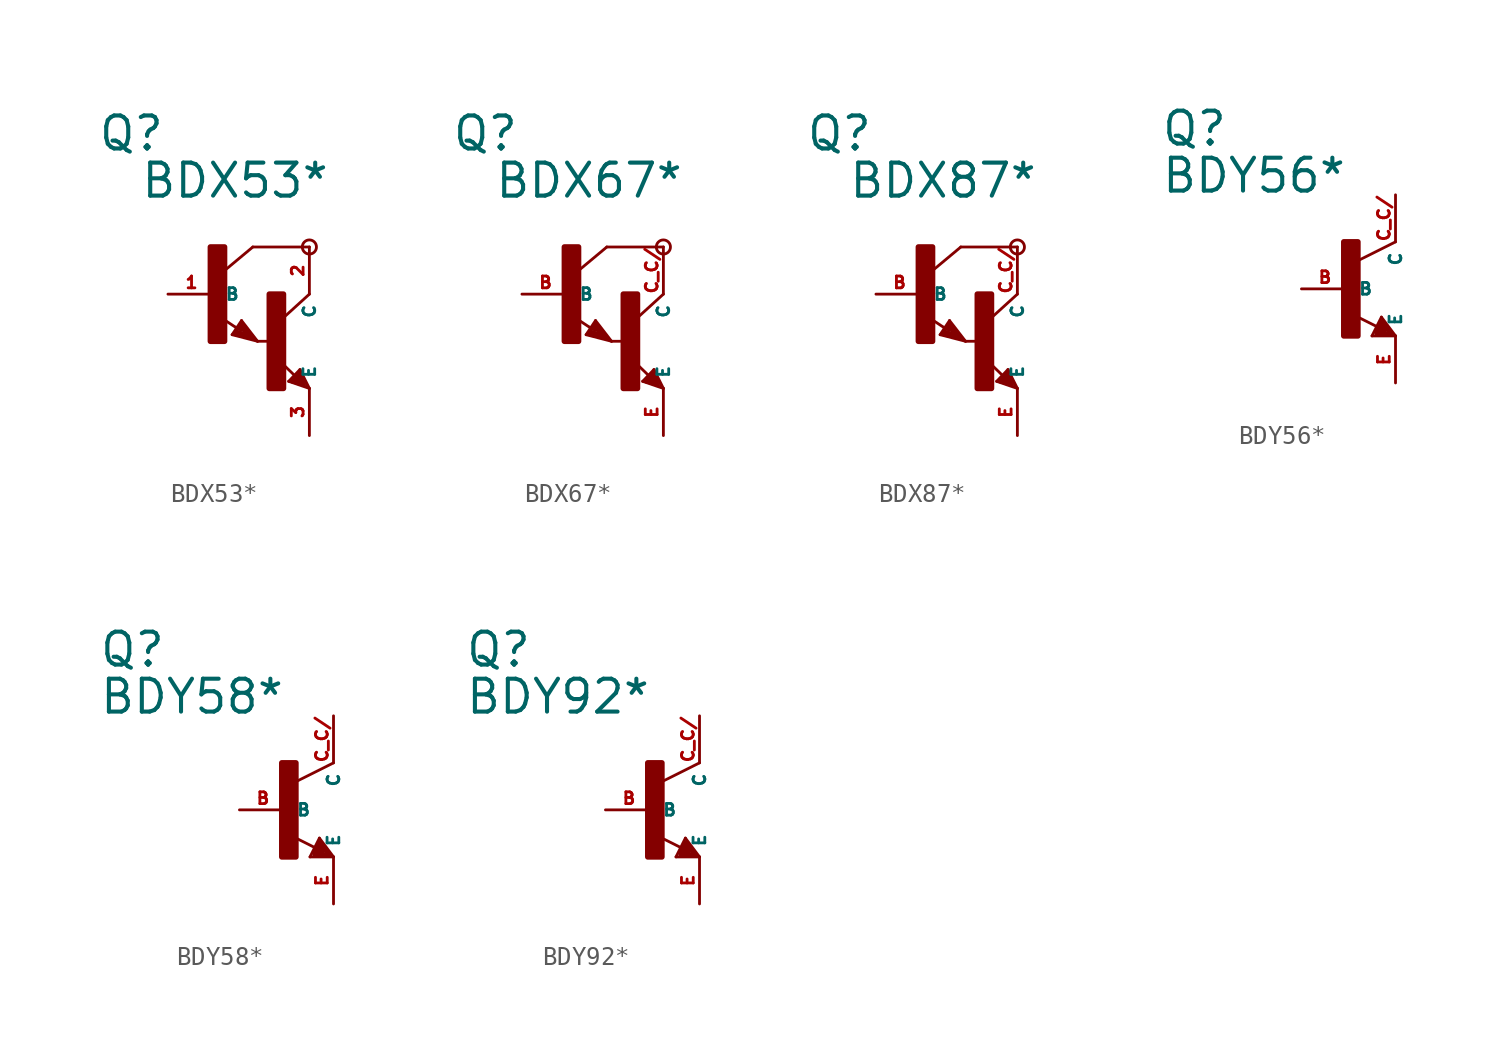
<source format=kicad_sym>
(kicad_symbol_lib
  (version 20220914)
  (generator Eagle2Kicad)
  (symbol "BDX53*"
    (property "Reference" "Q"
      (at -6.35 7.62 0)
      (effects (font (size 1.778 1.778) (thickness 0.22)) (justify left bottom)))
    (property "Value" "BDX53*"
      (at -4.064 5.08 0)
      (effects (font (size 1.778 1.778) (thickness 0.22)) (justify left bottom)))
    (polyline
      (pts (xy 5.08 2.54) (xy 2.032 2.54))
      (stroke (width 0.152) (type default))
      (fill (type none)))
    (polyline
      (pts (xy 1.424 -1.424) (xy 2.286 -2.54))
      (stroke (width 0.152) (type default))
      (fill (type none)))
    (polyline
      (pts (xy 2.921 -2.54) (xy 2.286 -2.54))
      (stroke (width 0.152) (type default))
      (fill (type none)))
    (polyline
      (pts (xy 0.916 -2.186) (xy 1.424 -1.424))
      (stroke (width 0.152) (type default))
      (fill (type none)))
    (polyline
      (pts (xy 2.286 -2.54) (xy 0.916 -2.186))
      (stroke (width 0.152) (type default))
      (fill (type none)))
    (polyline
      (pts (xy 2.032 2.54) (xy 0.508 1.27))
      (stroke (width 0.152) (type default))
      (fill (type none)))
    (polyline
      (pts (xy 5.08 0) (xy 3.683 -1.27))
      (stroke (width 0.152) (type default))
      (fill (type none)))
    (polyline
      (pts (xy 5.08 -5.08) (xy 3.964 -4.699))
      (stroke (width 0.152) (type default))
      (fill (type none)))
    (polyline
      (pts (xy 4.572 -4.064) (xy 5.08 -5.08))
      (stroke (width 0.152) (type default))
      (fill (type none)))
    (polyline
      (pts (xy 3.964 -4.699) (xy 4.572 -4.064))
      (stroke (width 0.152) (type default))
      (fill (type none)))
    (polyline
      (pts (xy 1.186 -1.84) (xy 0.208 -1.197))
      (stroke (width 0.152) (type default))
      (fill (type none)))
    (polyline
      (pts (xy 4.28 -4.38) (xy 3.483 -3.61))
      (stroke (width 0.152) (type default))
      (fill (type none)))
    (polyline
      (pts (xy 2.159 -2.413) (xy 1.397 -1.524))
      (stroke (width 0.127) (type default))
      (fill (type none)))
    (polyline
      (pts (xy 1.397 -1.524) (xy 1.016 -2.159))
      (stroke (width 0.127) (type default))
      (fill (type none)))
    (polyline
      (pts (xy 1.016 -2.159) (xy 2.032 -2.413))
      (stroke (width 0.127) (type default))
      (fill (type none)))
    (polyline
      (pts (xy 2.032 -2.413) (xy 1.397 -1.651))
      (stroke (width 0.127) (type default))
      (fill (type none)))
    (polyline
      (pts (xy 1.397 -1.651) (xy 1.143 -2.032))
      (stroke (width 0.127) (type default))
      (fill (type none)))
    (polyline
      (pts (xy 1.143 -2.032) (xy 1.905 -2.286))
      (stroke (width 0.254) (type default))
      (fill (type none)))
    (polyline
      (pts (xy 1.905 -2.286) (xy 1.397 -1.778))
      (stroke (width 0.254) (type default))
      (fill (type none)))
    (polyline
      (pts (xy 1.397 -1.778) (xy 1.397 -1.905))
      (stroke (width 0.254) (type default))
      (fill (type none)))
    (polyline
      (pts (xy 4.953 -4.953) (xy 4.572 -4.191))
      (stroke (width 0.127) (type default))
      (fill (type none)))
    (polyline
      (pts (xy 4.572 -4.191) (xy 4.064 -4.699))
      (stroke (width 0.127) (type default))
      (fill (type none)))
    (polyline
      (pts (xy 4.064 -4.699) (xy 4.826 -4.953))
      (stroke (width 0.127) (type default))
      (fill (type none)))
    (polyline
      (pts (xy 4.826 -4.953) (xy 4.572 -4.318))
      (stroke (width 0.127) (type default))
      (fill (type none)))
    (polyline
      (pts (xy 4.572 -4.318) (xy 4.191 -4.699))
      (stroke (width 0.254) (type default))
      (fill (type none)))
    (polyline
      (pts (xy 4.191 -4.699) (xy 4.699 -4.826))
      (stroke (width 0.254) (type default))
      (fill (type none)))
    (polyline
      (pts (xy 4.699 -4.826) (xy 4.572 -4.572))
      (stroke (width 0.254) (type default))
      (fill (type none)))
    (polyline
      (pts (xy 4.572 -4.572) (xy 4.445 -4.572))
      (stroke (width 0.254) (type default))
      (fill (type none)))
    (circle
      (center 5.08 2.54)
      (radius 0.381)
      (stroke (width 0) (type default))
      (fill (type none)))
    (rectangle
      (start -0.254 -2.54)
      (end 0.508 2.54)
      (stroke (width 0.3) (type default))
      (fill (type outline)))
    (rectangle
      (start 2.921 -5.08)
      (end 3.683 0)
      (stroke (width 0.3) (type default))
      (fill (type outline)))
    (pin passive line
      (at -2.54 0 0)
      (length 2.54)
      (name "B" (effects (font (size 0.635 0.635) (thickness 0.08)) (justify left bottom)))
      (number "1" (effects (font (size 0.635 0.635) (thickness 0.08)) (justify left bottom))))
    (pin passive line
      (at 5.08 -7.62 90)
      (length 2.54)
      (name "E" (effects (font (size 0.635 0.635) (thickness 0.08)) (justify left bottom)))
      (number "3" (effects (font (size 0.635 0.635) (thickness 0.08)) (justify left bottom))))
    (pin passive line
      (at 5.08 2.54 270)
      (length 2.54)
      (name "C" (effects (font (size 0.635 0.635) (thickness 0.08)) (justify left bottom)))
      (number "2" (effects (font (size 0.635 0.635) (thickness 0.08)) (justify left bottom)))))
  (symbol "BDX67*"
    (property "Reference" "Q"
      (at -6.35 7.62 0)
      (effects (font (size 1.778 1.778) (thickness 0.22)) (justify left bottom)))
    (property "Value" "BDX67*"
      (at -4.064 5.08 0)
      (effects (font (size 1.778 1.778) (thickness 0.22)) (justify left bottom)))
    (polyline
      (pts (xy 5.08 2.54) (xy 2.032 2.54))
      (stroke (width 0.152) (type default))
      (fill (type none)))
    (polyline
      (pts (xy 1.424 -1.424) (xy 2.286 -2.54))
      (stroke (width 0.152) (type default))
      (fill (type none)))
    (polyline
      (pts (xy 2.921 -2.54) (xy 2.286 -2.54))
      (stroke (width 0.152) (type default))
      (fill (type none)))
    (polyline
      (pts (xy 0.916 -2.186) (xy 1.424 -1.424))
      (stroke (width 0.152) (type default))
      (fill (type none)))
    (polyline
      (pts (xy 2.286 -2.54) (xy 0.916 -2.186))
      (stroke (width 0.152) (type default))
      (fill (type none)))
    (polyline
      (pts (xy 2.032 2.54) (xy 0.508 1.27))
      (stroke (width 0.152) (type default))
      (fill (type none)))
    (polyline
      (pts (xy 5.08 0) (xy 3.683 -1.27))
      (stroke (width 0.152) (type default))
      (fill (type none)))
    (polyline
      (pts (xy 5.08 -5.08) (xy 3.964 -4.699))
      (stroke (width 0.152) (type default))
      (fill (type none)))
    (polyline
      (pts (xy 4.572 -4.064) (xy 5.08 -5.08))
      (stroke (width 0.152) (type default))
      (fill (type none)))
    (polyline
      (pts (xy 3.964 -4.699) (xy 4.572 -4.064))
      (stroke (width 0.152) (type default))
      (fill (type none)))
    (polyline
      (pts (xy 1.186 -1.84) (xy 0.208 -1.197))
      (stroke (width 0.152) (type default))
      (fill (type none)))
    (polyline
      (pts (xy 4.28 -4.38) (xy 3.483 -3.61))
      (stroke (width 0.152) (type default))
      (fill (type none)))
    (polyline
      (pts (xy 2.159 -2.413) (xy 1.397 -1.524))
      (stroke (width 0.127) (type default))
      (fill (type none)))
    (polyline
      (pts (xy 1.397 -1.524) (xy 1.016 -2.159))
      (stroke (width 0.127) (type default))
      (fill (type none)))
    (polyline
      (pts (xy 1.016 -2.159) (xy 2.032 -2.413))
      (stroke (width 0.127) (type default))
      (fill (type none)))
    (polyline
      (pts (xy 2.032 -2.413) (xy 1.397 -1.651))
      (stroke (width 0.127) (type default))
      (fill (type none)))
    (polyline
      (pts (xy 1.397 -1.651) (xy 1.143 -2.032))
      (stroke (width 0.127) (type default))
      (fill (type none)))
    (polyline
      (pts (xy 1.143 -2.032) (xy 1.905 -2.286))
      (stroke (width 0.254) (type default))
      (fill (type none)))
    (polyline
      (pts (xy 1.905 -2.286) (xy 1.397 -1.778))
      (stroke (width 0.254) (type default))
      (fill (type none)))
    (polyline
      (pts (xy 1.397 -1.778) (xy 1.397 -1.905))
      (stroke (width 0.254) (type default))
      (fill (type none)))
    (polyline
      (pts (xy 4.953 -4.953) (xy 4.572 -4.191))
      (stroke (width 0.127) (type default))
      (fill (type none)))
    (polyline
      (pts (xy 4.572 -4.191) (xy 4.064 -4.699))
      (stroke (width 0.127) (type default))
      (fill (type none)))
    (polyline
      (pts (xy 4.064 -4.699) (xy 4.826 -4.953))
      (stroke (width 0.127) (type default))
      (fill (type none)))
    (polyline
      (pts (xy 4.826 -4.953) (xy 4.572 -4.318))
      (stroke (width 0.127) (type default))
      (fill (type none)))
    (polyline
      (pts (xy 4.572 -4.318) (xy 4.191 -4.699))
      (stroke (width 0.254) (type default))
      (fill (type none)))
    (polyline
      (pts (xy 4.191 -4.699) (xy 4.699 -4.826))
      (stroke (width 0.254) (type default))
      (fill (type none)))
    (polyline
      (pts (xy 4.699 -4.826) (xy 4.572 -4.572))
      (stroke (width 0.254) (type default))
      (fill (type none)))
    (polyline
      (pts (xy 4.572 -4.572) (xy 4.445 -4.572))
      (stroke (width 0.254) (type default))
      (fill (type none)))
    (circle
      (center 5.08 2.54)
      (radius 0.381)
      (stroke (width 0) (type default))
      (fill (type none)))
    (rectangle
      (start -0.254 -2.54)
      (end 0.508 2.54)
      (stroke (width 0.3) (type default))
      (fill (type outline)))
    (rectangle
      (start 2.921 -5.08)
      (end 3.683 0)
      (stroke (width 0.3) (type default))
      (fill (type outline)))
    (pin passive line
      (at -2.54 0 0)
      (length 2.54)
      (name "B" (effects (font (size 0.635 0.635) (thickness 0.08)) (justify left bottom)))
      (number "B" (effects (font (size 0.635 0.635) (thickness 0.08)) (justify left bottom))))
    (pin passive line
      (at 5.08 -7.62 90)
      (length 2.54)
      (name "E" (effects (font (size 0.635 0.635) (thickness 0.08)) (justify left bottom)))
      (number "E" (effects (font (size 0.635 0.635) (thickness 0.08)) (justify left bottom))))
    (pin passive line
      (at 5.08 2.54 270)
      (length 2.54)
      (name "C" (effects (font (size 0.635 0.635) (thickness 0.08)) (justify left bottom)))
      (number "C C/" (effects (font (size 0.635 0.635) (thickness 0.08)) (justify left bottom)))))
  (symbol "BDX87*"
    (property "Reference" "Q"
      (at -6.35 7.62 0)
      (effects (font (size 1.778 1.778) (thickness 0.22)) (justify left bottom)))
    (property "Value" "BDX87*"
      (at -4.064 5.08 0)
      (effects (font (size 1.778 1.778) (thickness 0.22)) (justify left bottom)))
    (polyline
      (pts (xy 5.08 2.54) (xy 2.032 2.54))
      (stroke (width 0.152) (type default))
      (fill (type none)))
    (polyline
      (pts (xy 1.424 -1.424) (xy 2.286 -2.54))
      (stroke (width 0.152) (type default))
      (fill (type none)))
    (polyline
      (pts (xy 2.921 -2.54) (xy 2.286 -2.54))
      (stroke (width 0.152) (type default))
      (fill (type none)))
    (polyline
      (pts (xy 0.916 -2.186) (xy 1.424 -1.424))
      (stroke (width 0.152) (type default))
      (fill (type none)))
    (polyline
      (pts (xy 2.286 -2.54) (xy 0.916 -2.186))
      (stroke (width 0.152) (type default))
      (fill (type none)))
    (polyline
      (pts (xy 2.032 2.54) (xy 0.508 1.27))
      (stroke (width 0.152) (type default))
      (fill (type none)))
    (polyline
      (pts (xy 5.08 0) (xy 3.683 -1.27))
      (stroke (width 0.152) (type default))
      (fill (type none)))
    (polyline
      (pts (xy 5.08 -5.08) (xy 3.964 -4.699))
      (stroke (width 0.152) (type default))
      (fill (type none)))
    (polyline
      (pts (xy 4.572 -4.064) (xy 5.08 -5.08))
      (stroke (width 0.152) (type default))
      (fill (type none)))
    (polyline
      (pts (xy 3.964 -4.699) (xy 4.572 -4.064))
      (stroke (width 0.152) (type default))
      (fill (type none)))
    (polyline
      (pts (xy 1.186 -1.84) (xy 0.208 -1.197))
      (stroke (width 0.152) (type default))
      (fill (type none)))
    (polyline
      (pts (xy 4.28 -4.38) (xy 3.483 -3.61))
      (stroke (width 0.152) (type default))
      (fill (type none)))
    (polyline
      (pts (xy 2.159 -2.413) (xy 1.397 -1.524))
      (stroke (width 0.127) (type default))
      (fill (type none)))
    (polyline
      (pts (xy 1.397 -1.524) (xy 1.016 -2.159))
      (stroke (width 0.127) (type default))
      (fill (type none)))
    (polyline
      (pts (xy 1.016 -2.159) (xy 2.032 -2.413))
      (stroke (width 0.127) (type default))
      (fill (type none)))
    (polyline
      (pts (xy 2.032 -2.413) (xy 1.397 -1.651))
      (stroke (width 0.127) (type default))
      (fill (type none)))
    (polyline
      (pts (xy 1.397 -1.651) (xy 1.143 -2.032))
      (stroke (width 0.127) (type default))
      (fill (type none)))
    (polyline
      (pts (xy 1.143 -2.032) (xy 1.905 -2.286))
      (stroke (width 0.254) (type default))
      (fill (type none)))
    (polyline
      (pts (xy 1.905 -2.286) (xy 1.397 -1.778))
      (stroke (width 0.254) (type default))
      (fill (type none)))
    (polyline
      (pts (xy 1.397 -1.778) (xy 1.397 -1.905))
      (stroke (width 0.254) (type default))
      (fill (type none)))
    (polyline
      (pts (xy 4.953 -4.953) (xy 4.572 -4.191))
      (stroke (width 0.127) (type default))
      (fill (type none)))
    (polyline
      (pts (xy 4.572 -4.191) (xy 4.064 -4.699))
      (stroke (width 0.127) (type default))
      (fill (type none)))
    (polyline
      (pts (xy 4.064 -4.699) (xy 4.826 -4.953))
      (stroke (width 0.127) (type default))
      (fill (type none)))
    (polyline
      (pts (xy 4.826 -4.953) (xy 4.572 -4.318))
      (stroke (width 0.127) (type default))
      (fill (type none)))
    (polyline
      (pts (xy 4.572 -4.318) (xy 4.191 -4.699))
      (stroke (width 0.254) (type default))
      (fill (type none)))
    (polyline
      (pts (xy 4.191 -4.699) (xy 4.699 -4.826))
      (stroke (width 0.254) (type default))
      (fill (type none)))
    (polyline
      (pts (xy 4.699 -4.826) (xy 4.572 -4.572))
      (stroke (width 0.254) (type default))
      (fill (type none)))
    (polyline
      (pts (xy 4.572 -4.572) (xy 4.445 -4.572))
      (stroke (width 0.254) (type default))
      (fill (type none)))
    (circle
      (center 5.08 2.54)
      (radius 0.381)
      (stroke (width 0) (type default))
      (fill (type none)))
    (rectangle
      (start -0.254 -2.54)
      (end 0.508 2.54)
      (stroke (width 0.3) (type default))
      (fill (type outline)))
    (rectangle
      (start 2.921 -5.08)
      (end 3.683 0)
      (stroke (width 0.3) (type default))
      (fill (type outline)))
    (pin passive line
      (at -2.54 0 0)
      (length 2.54)
      (name "B" (effects (font (size 0.635 0.635) (thickness 0.08)) (justify left bottom)))
      (number "B" (effects (font (size 0.635 0.635) (thickness 0.08)) (justify left bottom))))
    (pin passive line
      (at 5.08 -7.62 90)
      (length 2.54)
      (name "E" (effects (font (size 0.635 0.635) (thickness 0.08)) (justify left bottom)))
      (number "E" (effects (font (size 0.635 0.635) (thickness 0.08)) (justify left bottom))))
    (pin passive line
      (at 5.08 2.54 270)
      (length 2.54)
      (name "C" (effects (font (size 0.635 0.635) (thickness 0.08)) (justify left bottom)))
      (number "C C/" (effects (font (size 0.635 0.635) (thickness 0.08)) (justify left bottom)))))
  (symbol "BDY56*"
    (property "Reference" "Q"
      (at -10.16 7.62 0)
      (effects (font (size 1.778 1.778) (thickness 0.22)) (justify left bottom)))
    (property "Value" "BDY56*"
      (at -10.16 5.08 0)
      (effects (font (size 1.778 1.778) (thickness 0.22)) (justify left bottom)))
    (polyline
      (pts (xy 2.54 2.54) (xy 0.508 1.524))
      (stroke (width 0.152) (type default))
      (fill (type none)))
    (polyline
      (pts (xy 1.778 -1.524) (xy 2.54 -2.54))
      (stroke (width 0.152) (type default))
      (fill (type none)))
    (polyline
      (pts (xy 2.54 -2.54) (xy 1.27 -2.54))
      (stroke (width 0.152) (type default))
      (fill (type none)))
    (polyline
      (pts (xy 1.27 -2.54) (xy 1.778 -1.524))
      (stroke (width 0.152) (type default))
      (fill (type none)))
    (polyline
      (pts (xy 1.54 -2.04) (xy 0.308 -1.424))
      (stroke (width 0.152) (type default))
      (fill (type none)))
    (polyline
      (pts (xy 1.524 -2.413) (xy 2.286 -2.413))
      (stroke (width 0.254) (type default))
      (fill (type none)))
    (polyline
      (pts (xy 2.286 -2.413) (xy 1.778 -1.778))
      (stroke (width 0.254) (type default))
      (fill (type none)))
    (polyline
      (pts (xy 1.778 -1.778) (xy 1.524 -2.286))
      (stroke (width 0.254) (type default))
      (fill (type none)))
    (polyline
      (pts (xy 1.524 -2.286) (xy 1.905 -2.286))
      (stroke (width 0.254) (type default))
      (fill (type none)))
    (polyline
      (pts (xy 1.905 -2.286) (xy 1.778 -2.032))
      (stroke (width 0.254) (type default))
      (fill (type none)))
    (rectangle
      (start -0.254 -2.54)
      (end 0.508 2.54)
      (stroke (width 0.3) (type default))
      (fill (type outline)))
    (pin passive line
      (at -2.54 0 0)
      (length 2.54)
      (name "B" (effects (font (size 0.635 0.635) (thickness 0.08)) (justify left bottom)))
      (number "B" (effects (font (size 0.635 0.635) (thickness 0.08)) (justify left bottom))))
    (pin passive line
      (at 2.54 -5.08 90)
      (length 2.54)
      (name "E" (effects (font (size 0.635 0.635) (thickness 0.08)) (justify left bottom)))
      (number "E" (effects (font (size 0.635 0.635) (thickness 0.08)) (justify left bottom))))
    (pin passive line
      (at 2.54 5.08 270)
      (length 2.54)
      (name "C" (effects (font (size 0.635 0.635) (thickness 0.08)) (justify left bottom)))
      (number "C C/" (effects (font (size 0.635 0.635) (thickness 0.08)) (justify left bottom)))))
  (symbol "BDY58*"
    (property "Reference" "Q"
      (at -10.16 7.62 0)
      (effects (font (size 1.778 1.778) (thickness 0.22)) (justify left bottom)))
    (property "Value" "BDY58*"
      (at -10.16 5.08 0)
      (effects (font (size 1.778 1.778) (thickness 0.22)) (justify left bottom)))
    (polyline
      (pts (xy 2.54 2.54) (xy 0.508 1.524))
      (stroke (width 0.152) (type default))
      (fill (type none)))
    (polyline
      (pts (xy 1.778 -1.524) (xy 2.54 -2.54))
      (stroke (width 0.152) (type default))
      (fill (type none)))
    (polyline
      (pts (xy 2.54 -2.54) (xy 1.27 -2.54))
      (stroke (width 0.152) (type default))
      (fill (type none)))
    (polyline
      (pts (xy 1.27 -2.54) (xy 1.778 -1.524))
      (stroke (width 0.152) (type default))
      (fill (type none)))
    (polyline
      (pts (xy 1.54 -2.04) (xy 0.308 -1.424))
      (stroke (width 0.152) (type default))
      (fill (type none)))
    (polyline
      (pts (xy 1.524 -2.413) (xy 2.286 -2.413))
      (stroke (width 0.254) (type default))
      (fill (type none)))
    (polyline
      (pts (xy 2.286 -2.413) (xy 1.778 -1.778))
      (stroke (width 0.254) (type default))
      (fill (type none)))
    (polyline
      (pts (xy 1.778 -1.778) (xy 1.524 -2.286))
      (stroke (width 0.254) (type default))
      (fill (type none)))
    (polyline
      (pts (xy 1.524 -2.286) (xy 1.905 -2.286))
      (stroke (width 0.254) (type default))
      (fill (type none)))
    (polyline
      (pts (xy 1.905 -2.286) (xy 1.778 -2.032))
      (stroke (width 0.254) (type default))
      (fill (type none)))
    (rectangle
      (start -0.254 -2.54)
      (end 0.508 2.54)
      (stroke (width 0.3) (type default))
      (fill (type outline)))
    (pin passive line
      (at -2.54 0 0)
      (length 2.54)
      (name "B" (effects (font (size 0.635 0.635) (thickness 0.08)) (justify left bottom)))
      (number "B" (effects (font (size 0.635 0.635) (thickness 0.08)) (justify left bottom))))
    (pin passive line
      (at 2.54 -5.08 90)
      (length 2.54)
      (name "E" (effects (font (size 0.635 0.635) (thickness 0.08)) (justify left bottom)))
      (number "E" (effects (font (size 0.635 0.635) (thickness 0.08)) (justify left bottom))))
    (pin passive line
      (at 2.54 5.08 270)
      (length 2.54)
      (name "C" (effects (font (size 0.635 0.635) (thickness 0.08)) (justify left bottom)))
      (number "C C/" (effects (font (size 0.635 0.635) (thickness 0.08)) (justify left bottom)))))
  (symbol "BDY92*"
    (property "Reference" "Q"
      (at -10.16 7.62 0)
      (effects (font (size 1.778 1.778) (thickness 0.22)) (justify left bottom)))
    (property "Value" "BDY92*"
      (at -10.16 5.08 0)
      (effects (font (size 1.778 1.778) (thickness 0.22)) (justify left bottom)))
    (polyline
      (pts (xy 2.54 2.54) (xy 0.508 1.524))
      (stroke (width 0.152) (type default))
      (fill (type none)))
    (polyline
      (pts (xy 1.778 -1.524) (xy 2.54 -2.54))
      (stroke (width 0.152) (type default))
      (fill (type none)))
    (polyline
      (pts (xy 2.54 -2.54) (xy 1.27 -2.54))
      (stroke (width 0.152) (type default))
      (fill (type none)))
    (polyline
      (pts (xy 1.27 -2.54) (xy 1.778 -1.524))
      (stroke (width 0.152) (type default))
      (fill (type none)))
    (polyline
      (pts (xy 1.54 -2.04) (xy 0.308 -1.424))
      (stroke (width 0.152) (type default))
      (fill (type none)))
    (polyline
      (pts (xy 1.524 -2.413) (xy 2.286 -2.413))
      (stroke (width 0.254) (type default))
      (fill (type none)))
    (polyline
      (pts (xy 2.286 -2.413) (xy 1.778 -1.778))
      (stroke (width 0.254) (type default))
      (fill (type none)))
    (polyline
      (pts (xy 1.778 -1.778) (xy 1.524 -2.286))
      (stroke (width 0.254) (type default))
      (fill (type none)))
    (polyline
      (pts (xy 1.524 -2.286) (xy 1.905 -2.286))
      (stroke (width 0.254) (type default))
      (fill (type none)))
    (polyline
      (pts (xy 1.905 -2.286) (xy 1.778 -2.032))
      (stroke (width 0.254) (type default))
      (fill (type none)))
    (rectangle
      (start -0.254 -2.54)
      (end 0.508 2.54)
      (stroke (width 0.3) (type default))
      (fill (type outline)))
    (pin passive line
      (at -2.54 0 0)
      (length 2.54)
      (name "B" (effects (font (size 0.635 0.635) (thickness 0.08)) (justify left bottom)))
      (number "B" (effects (font (size 0.635 0.635) (thickness 0.08)) (justify left bottom))))
    (pin passive line
      (at 2.54 -5.08 90)
      (length 2.54)
      (name "E" (effects (font (size 0.635 0.635) (thickness 0.08)) (justify left bottom)))
      (number "E" (effects (font (size 0.635 0.635) (thickness 0.08)) (justify left bottom))))
    (pin passive line
      (at 2.54 5.08 270)
      (length 2.54)
      (name "C" (effects (font (size 0.635 0.635) (thickness 0.08)) (justify left bottom)))
      (number "C C/" (effects (font (size 0.635 0.635) (thickness 0.08)) (justify left bottom))))))
</source>
